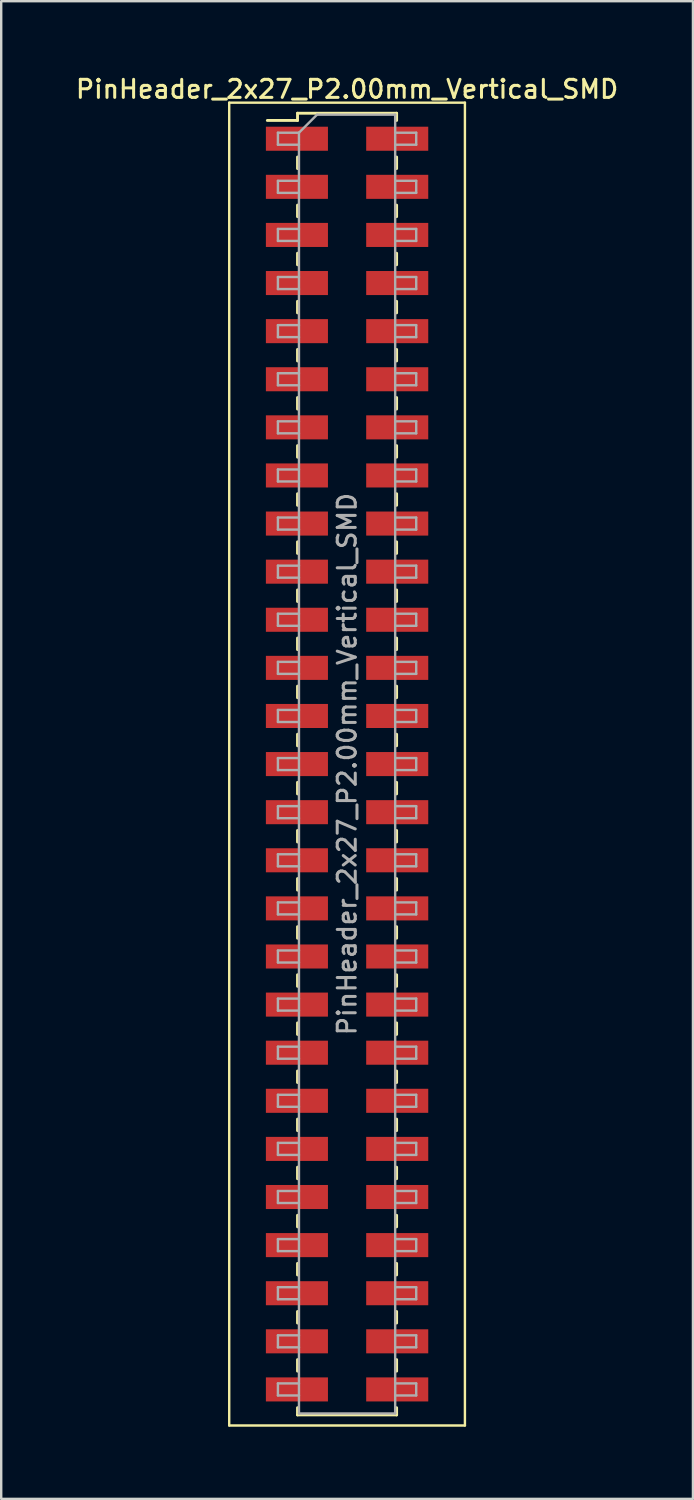
<source format=kicad_pcb>
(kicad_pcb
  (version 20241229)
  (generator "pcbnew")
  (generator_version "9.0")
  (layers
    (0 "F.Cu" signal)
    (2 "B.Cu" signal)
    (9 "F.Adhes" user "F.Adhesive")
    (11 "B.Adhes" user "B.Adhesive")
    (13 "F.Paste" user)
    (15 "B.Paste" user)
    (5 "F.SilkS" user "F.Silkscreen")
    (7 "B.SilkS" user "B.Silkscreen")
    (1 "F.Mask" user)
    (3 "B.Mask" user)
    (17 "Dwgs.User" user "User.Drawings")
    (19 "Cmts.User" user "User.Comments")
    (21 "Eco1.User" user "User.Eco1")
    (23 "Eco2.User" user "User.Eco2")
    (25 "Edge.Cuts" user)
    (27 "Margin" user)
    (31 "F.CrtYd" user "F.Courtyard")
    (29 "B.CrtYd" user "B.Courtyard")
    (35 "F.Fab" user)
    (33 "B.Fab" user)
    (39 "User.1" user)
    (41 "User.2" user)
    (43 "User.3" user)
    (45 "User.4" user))
  (footprint "PinHeader_2x27_P2.00mm_Vertical_SMD"
    (layer "F.Cu")
    (at 11.38 28.718)
    (property "Reference" "PinHeader_2x27_P2.00mm_Vertical_SMD" (at 0 -28.06 0) (layer "F.SilkS") (effects (font (size 0.75 0.75) (thickness 0.125))))
    (attr smd)
    (fp_line (start -4.9 -27.5) (end -4.9 27.5) (stroke (width 0.1) (type solid)) (layer "F.SilkS"))
    (fp_line (start -4.9 27.5) (end 4.9 27.5) (stroke (width 0.1) (type solid)) (layer "F.SilkS"))
    (fp_line (start -3.315 -26.76) (end -2.06 -26.76) (stroke (width 0.12) (type solid)) (layer "F.SilkS"))
    (fp_line (start -2.06 -27.06) (end -2.06 -26.76) (stroke (width 0.12) (type solid)) (layer "F.SilkS"))
    (fp_line (start -2.06 -27.06) (end 2.06 -27.06) (stroke (width 0.12) (type solid)) (layer "F.SilkS"))
    (fp_line (start -2.06 -25.24) (end -2.06 -24.76) (stroke (width 0.12) (type solid)) (layer "F.SilkS"))
    (fp_line (start -2.06 -23.24) (end -2.06 -22.76) (stroke (width 0.12) (type solid)) (layer "F.SilkS"))
    (fp_line (start -2.06 -21.24) (end -2.06 -20.76) (stroke (width 0.12) (type solid)) (layer "F.SilkS"))
    (fp_line (start -2.06 -19.24) (end -2.06 -18.76) (stroke (width 0.12) (type solid)) (layer "F.SilkS"))
    (fp_line (start -2.06 -17.24) (end -2.06 -16.76) (stroke (width 0.12) (type solid)) (layer "F.SilkS"))
    (fp_line (start -2.06 -15.24) (end -2.06 -14.76) (stroke (width 0.12) (type solid)) (layer "F.SilkS"))
    (fp_line (start -2.06 -13.24) (end -2.06 -12.76) (stroke (width 0.12) (type solid)) (layer "F.SilkS"))
    (fp_line (start -2.06 -11.24) (end -2.06 -10.76) (stroke (width 0.12) (type solid)) (layer "F.SilkS"))
    (fp_line (start -2.06 -9.24) (end -2.06 -8.76) (stroke (width 0.12) (type solid)) (layer "F.SilkS"))
    (fp_line (start -2.06 -7.24) (end -2.06 -6.76) (stroke (width 0.12) (type solid)) (layer "F.SilkS"))
    (fp_line (start -2.06 -5.24) (end -2.06 -4.76) (stroke (width 0.12) (type solid)) (layer "F.SilkS"))
    (fp_line (start -2.06 -3.24) (end -2.06 -2.76) (stroke (width 0.12) (type solid)) (layer "F.SilkS"))
    (fp_line (start -2.06 -1.24) (end -2.06 -0.76) (stroke (width 0.12) (type solid)) (layer "F.SilkS"))
    (fp_line (start -2.06 0.76) (end -2.06 1.24) (stroke (width 0.12) (type solid)) (layer "F.SilkS"))
    (fp_line (start -2.06 2.76) (end -2.06 3.24) (stroke (width 0.12) (type solid)) (layer "F.SilkS"))
    (fp_line (start -2.06 4.76) (end -2.06 5.24) (stroke (width 0.12) (type solid)) (layer "F.SilkS"))
    (fp_line (start -2.06 6.76) (end -2.06 7.24) (stroke (width 0.12) (type solid)) (layer "F.SilkS"))
    (fp_line (start -2.06 8.76) (end -2.06 9.24) (stroke (width 0.12) (type solid)) (layer "F.SilkS"))
    (fp_line (start -2.06 10.76) (end -2.06 11.24) (stroke (width 0.12) (type solid)) (layer "F.SilkS"))
    (fp_line (start -2.06 12.76) (end -2.06 13.24) (stroke (width 0.12) (type solid)) (layer "F.SilkS"))
    (fp_line (start -2.06 14.76) (end -2.06 15.24) (stroke (width 0.12) (type solid)) (layer "F.SilkS"))
    (fp_line (start -2.06 16.76) (end -2.06 17.24) (stroke (width 0.12) (type solid)) (layer "F.SilkS"))
    (fp_line (start -2.06 18.76) (end -2.06 19.24) (stroke (width 0.12) (type solid)) (layer "F.SilkS"))
    (fp_line (start -2.06 20.76) (end -2.06 21.24) (stroke (width 0.12) (type solid)) (layer "F.SilkS"))
    (fp_line (start -2.06 22.76) (end -2.06 23.24) (stroke (width 0.12) (type solid)) (layer "F.SilkS"))
    (fp_line (start -2.06 24.76) (end -2.06 25.24) (stroke (width 0.12) (type solid)) (layer "F.SilkS"))
    (fp_line (start -2.06 26.76) (end -2.06 27.06) (stroke (width 0.12) (type solid)) (layer "F.SilkS"))
    (fp_line (start -2.06 27.06) (end 2.06 27.06) (stroke (width 0.12) (type solid)) (layer "F.SilkS"))
    (fp_line (start 2.06 -27.06) (end 2.06 -26.76) (stroke (width 0.12) (type solid)) (layer "F.SilkS"))
    (fp_line (start 2.06 -25.24) (end 2.06 -24.76) (stroke (width 0.12) (type solid)) (layer "F.SilkS"))
    (fp_line (start 2.06 -23.24) (end 2.06 -22.76) (stroke (width 0.12) (type solid)) (layer "F.SilkS"))
    (fp_line (start 2.06 -21.24) (end 2.06 -20.76) (stroke (width 0.12) (type solid)) (layer "F.SilkS"))
    (fp_line (start 2.06 -19.24) (end 2.06 -18.76) (stroke (width 0.12) (type solid)) (layer "F.SilkS"))
    (fp_line (start 2.06 -17.24) (end 2.06 -16.76) (stroke (width 0.12) (type solid)) (layer "F.SilkS"))
    (fp_line (start 2.06 -15.24) (end 2.06 -14.76) (stroke (width 0.12) (type solid)) (layer "F.SilkS"))
    (fp_line (start 2.06 -13.24) (end 2.06 -12.76) (stroke (width 0.12) (type solid)) (layer "F.SilkS"))
    (fp_line (start 2.06 -11.24) (end 2.06 -10.76) (stroke (width 0.12) (type solid)) (layer "F.SilkS"))
    (fp_line (start 2.06 -9.24) (end 2.06 -8.76) (stroke (width 0.12) (type solid)) (layer "F.SilkS"))
    (fp_line (start 2.06 -7.24) (end 2.06 -6.76) (stroke (width 0.12) (type solid)) (layer "F.SilkS"))
    (fp_line (start 2.06 -5.24) (end 2.06 -4.76) (stroke (width 0.12) (type solid)) (layer "F.SilkS"))
    (fp_line (start 2.06 -3.24) (end 2.06 -2.76) (stroke (width 0.12) (type solid)) (layer "F.SilkS"))
    (fp_line (start 2.06 -1.24) (end 2.06 -0.76) (stroke (width 0.12) (type solid)) (layer "F.SilkS"))
    (fp_line (start 2.06 0.76) (end 2.06 1.24) (stroke (width 0.12) (type solid)) (layer "F.SilkS"))
    (fp_line (start 2.06 2.76) (end 2.06 3.24) (stroke (width 0.12) (type solid)) (layer "F.SilkS"))
    (fp_line (start 2.06 4.76) (end 2.06 5.24) (stroke (width 0.12) (type solid)) (layer "F.SilkS"))
    (fp_line (start 2.06 6.76) (end 2.06 7.24) (stroke (width 0.12) (type solid)) (layer "F.SilkS"))
    (fp_line (start 2.06 8.76) (end 2.06 9.24) (stroke (width 0.12) (type solid)) (layer "F.SilkS"))
    (fp_line (start 2.06 10.76) (end 2.06 11.24) (stroke (width 0.12) (type solid)) (layer "F.SilkS"))
    (fp_line (start 2.06 12.76) (end 2.06 13.24) (stroke (width 0.12) (type solid)) (layer "F.SilkS"))
    (fp_line (start 2.06 14.76) (end 2.06 15.24) (stroke (width 0.12) (type solid)) (layer "F.SilkS"))
    (fp_line (start 2.06 16.76) (end 2.06 17.24) (stroke (width 0.12) (type solid)) (layer "F.SilkS"))
    (fp_line (start 2.06 18.76) (end 2.06 19.24) (stroke (width 0.12) (type solid)) (layer "F.SilkS"))
    (fp_line (start 2.06 20.76) (end 2.06 21.24) (stroke (width 0.12) (type solid)) (layer "F.SilkS"))
    (fp_line (start 2.06 22.76) (end 2.06 23.24) (stroke (width 0.12) (type solid)) (layer "F.SilkS"))
    (fp_line (start 2.06 24.76) (end 2.06 25.24) (stroke (width 0.12) (type solid)) (layer "F.SilkS"))
    (fp_line (start 2.06 26.76) (end 2.06 27.06) (stroke (width 0.12) (type solid)) (layer "F.SilkS"))
    (fp_line (start 4.9 -27.5) (end -4.9 -27.5) (stroke (width 0.1) (type solid)) (layer "F.SilkS"))
    (fp_line (start 4.9 27.5) (end 4.9 -27.5) (stroke (width 0.1) (type solid)) (layer "F.SilkS"))
    (fp_line (start -2.875 -26.25) (end -2.875 -25.75) (stroke (width 0.1) (type solid)) (layer "F.Fab"))
    (fp_line (start -2.875 -25.75) (end -2 -25.75) (stroke (width 0.1) (type solid)) (layer "F.Fab"))
    (fp_line (start -2.875 -24.25) (end -2.875 -23.75) (stroke (width 0.1) (type solid)) (layer "F.Fab"))
    (fp_line (start -2.875 -23.75) (end -2 -23.75) (stroke (width 0.1) (type solid)) (layer "F.Fab"))
    (fp_line (start -2.875 -22.25) (end -2.875 -21.75) (stroke (width 0.1) (type solid)) (layer "F.Fab"))
    (fp_line (start -2.875 -21.75) (end -2 -21.75) (stroke (width 0.1) (type solid)) (layer "F.Fab"))
    (fp_line (start -2.875 -20.25) (end -2.875 -19.75) (stroke (width 0.1) (type solid)) (layer "F.Fab"))
    (fp_line (start -2.875 -19.75) (end -2 -19.75) (stroke (width 0.1) (type solid)) (layer "F.Fab"))
    (fp_line (start -2.875 -18.25) (end -2.875 -17.75) (stroke (width 0.1) (type solid)) (layer "F.Fab"))
    (fp_line (start -2.875 -17.75) (end -2 -17.75) (stroke (width 0.1) (type solid)) (layer "F.Fab"))
    (fp_line (start -2.875 -16.25) (end -2.875 -15.75) (stroke (width 0.1) (type solid)) (layer "F.Fab"))
    (fp_line (start -2.875 -15.75) (end -2 -15.75) (stroke (width 0.1) (type solid)) (layer "F.Fab"))
    (fp_line (start -2.875 -14.25) (end -2.875 -13.75) (stroke (width 0.1) (type solid)) (layer "F.Fab"))
    (fp_line (start -2.875 -13.75) (end -2 -13.75) (stroke (width 0.1) (type solid)) (layer "F.Fab"))
    (fp_line (start -2.875 -12.25) (end -2.875 -11.75) (stroke (width 0.1) (type solid)) (layer "F.Fab"))
    (fp_line (start -2.875 -11.75) (end -2 -11.75) (stroke (width 0.1) (type solid)) (layer "F.Fab"))
    (fp_line (start -2.875 -10.25) (end -2.875 -9.75) (stroke (width 0.1) (type solid)) (layer "F.Fab"))
    (fp_line (start -2.875 -9.75) (end -2 -9.75) (stroke (width 0.1) (type solid)) (layer "F.Fab"))
    (fp_line (start -2.875 -8.25) (end -2.875 -7.75) (stroke (width 0.1) (type solid)) (layer "F.Fab"))
    (fp_line (start -2.875 -7.75) (end -2 -7.75) (stroke (width 0.1) (type solid)) (layer "F.Fab"))
    (fp_line (start -2.875 -6.25) (end -2.875 -5.75) (stroke (width 0.1) (type solid)) (layer "F.Fab"))
    (fp_line (start -2.875 -5.75) (end -2 -5.75) (stroke (width 0.1) (type solid)) (layer "F.Fab"))
    (fp_line (start -2.875 -4.25) (end -2.875 -3.75) (stroke (width 0.1) (type solid)) (layer "F.Fab"))
    (fp_line (start -2.875 -3.75) (end -2 -3.75) (stroke (width 0.1) (type solid)) (layer "F.Fab"))
    (fp_line (start -2.875 -2.25) (end -2.875 -1.75) (stroke (width 0.1) (type solid)) (layer "F.Fab"))
    (fp_line (start -2.875 -1.75) (end -2 -1.75) (stroke (width 0.1) (type solid)) (layer "F.Fab"))
    (fp_line (start -2.875 -0.25) (end -2.875 0.25) (stroke (width 0.1) (type solid)) (layer "F.Fab"))
    (fp_line (start -2.875 0.25) (end -2 0.25) (stroke (width 0.1) (type solid)) (layer "F.Fab"))
    (fp_line (start -2.875 1.75) (end -2.875 2.25) (stroke (width 0.1) (type solid)) (layer "F.Fab"))
    (fp_line (start -2.875 2.25) (end -2 2.25) (stroke (width 0.1) (type solid)) (layer "F.Fab"))
    (fp_line (start -2.875 3.75) (end -2.875 4.25) (stroke (width 0.1) (type solid)) (layer "F.Fab"))
    (fp_line (start -2.875 4.25) (end -2 4.25) (stroke (width 0.1) (type solid)) (layer "F.Fab"))
    (fp_line (start -2.875 5.75) (end -2.875 6.25) (stroke (width 0.1) (type solid)) (layer "F.Fab"))
    (fp_line (start -2.875 6.25) (end -2 6.25) (stroke (width 0.1) (type solid)) (layer "F.Fab"))
    (fp_line (start -2.875 7.75) (end -2.875 8.25) (stroke (width 0.1) (type solid)) (layer "F.Fab"))
    (fp_line (start -2.875 8.25) (end -2 8.25) (stroke (width 0.1) (type solid)) (layer "F.Fab"))
    (fp_line (start -2.875 9.75) (end -2.875 10.25) (stroke (width 0.1) (type solid)) (layer "F.Fab"))
    (fp_line (start -2.875 10.25) (end -2 10.25) (stroke (width 0.1) (type solid)) (layer "F.Fab"))
    (fp_line (start -2.875 11.75) (end -2.875 12.25) (stroke (width 0.1) (type solid)) (layer "F.Fab"))
    (fp_line (start -2.875 12.25) (end -2 12.25) (stroke (width 0.1) (type solid)) (layer "F.Fab"))
    (fp_line (start -2.875 13.75) (end -2.875 14.25) (stroke (width 0.1) (type solid)) (layer "F.Fab"))
    (fp_line (start -2.875 14.25) (end -2 14.25) (stroke (width 0.1) (type solid)) (layer "F.Fab"))
    (fp_line (start -2.875 15.75) (end -2.875 16.25) (stroke (width 0.1) (type solid)) (layer "F.Fab"))
    (fp_line (start -2.875 16.25) (end -2 16.25) (stroke (width 0.1) (type solid)) (layer "F.Fab"))
    (fp_line (start -2.875 17.75) (end -2.875 18.25) (stroke (width 0.1) (type solid)) (layer "F.Fab"))
    (fp_line (start -2.875 18.25) (end -2 18.25) (stroke (width 0.1) (type solid)) (layer "F.Fab"))
    (fp_line (start -2.875 19.75) (end -2.875 20.25) (stroke (width 0.1) (type solid)) (layer "F.Fab"))
    (fp_line (start -2.875 20.25) (end -2 20.25) (stroke (width 0.1) (type solid)) (layer "F.Fab"))
    (fp_line (start -2.875 21.75) (end -2.875 22.25) (stroke (width 0.1) (type solid)) (layer "F.Fab"))
    (fp_line (start -2.875 22.25) (end -2 22.25) (stroke (width 0.1) (type solid)) (layer "F.Fab"))
    (fp_line (start -2.875 23.75) (end -2.875 24.25) (stroke (width 0.1) (type solid)) (layer "F.Fab"))
    (fp_line (start -2.875 24.25) (end -2 24.25) (stroke (width 0.1) (type solid)) (layer "F.Fab"))
    (fp_line (start -2.875 25.75) (end -2.875 26.25) (stroke (width 0.1) (type solid)) (layer "F.Fab"))
    (fp_line (start -2.875 26.25) (end -2 26.25) (stroke (width 0.1) (type solid)) (layer "F.Fab"))
    (fp_line (start -2 -26.25) (end -2.875 -26.25) (stroke (width 0.1) (type solid)) (layer "F.Fab"))
    (fp_line (start -2 -26.25) (end -1.25 -27) (stroke (width 0.1) (type solid)) (layer "F.Fab"))
    (fp_line (start -2 -24.25) (end -2.875 -24.25) (stroke (width 0.1) (type solid)) (layer "F.Fab"))
    (fp_line (start -2 -22.25) (end -2.875 -22.25) (stroke (width 0.1) (type solid)) (layer "F.Fab"))
    (fp_line (start -2 -20.25) (end -2.875 -20.25) (stroke (width 0.1) (type solid)) (layer "F.Fab"))
    (fp_line (start -2 -18.25) (end -2.875 -18.25) (stroke (width 0.1) (type solid)) (layer "F.Fab"))
    (fp_line (start -2 -16.25) (end -2.875 -16.25) (stroke (width 0.1) (type solid)) (layer "F.Fab"))
    (fp_line (start -2 -14.25) (end -2.875 -14.25) (stroke (width 0.1) (type solid)) (layer "F.Fab"))
    (fp_line (start -2 -12.25) (end -2.875 -12.25) (stroke (width 0.1) (type solid)) (layer "F.Fab"))
    (fp_line (start -2 -10.25) (end -2.875 -10.25) (stroke (width 0.1) (type solid)) (layer "F.Fab"))
    (fp_line (start -2 -8.25) (end -2.875 -8.25) (stroke (width 0.1) (type solid)) (layer "F.Fab"))
    (fp_line (start -2 -6.25) (end -2.875 -6.25) (stroke (width 0.1) (type solid)) (layer "F.Fab"))
    (fp_line (start -2 -4.25) (end -2.875 -4.25) (stroke (width 0.1) (type solid)) (layer "F.Fab"))
    (fp_line (start -2 -2.25) (end -2.875 -2.25) (stroke (width 0.1) (type solid)) (layer "F.Fab"))
    (fp_line (start -2 -0.25) (end -2.875 -0.25) (stroke (width 0.1) (type solid)) (layer "F.Fab"))
    (fp_line (start -2 1.75) (end -2.875 1.75) (stroke (width 0.1) (type solid)) (layer "F.Fab"))
    (fp_line (start -2 3.75) (end -2.875 3.75) (stroke (width 0.1) (type solid)) (layer "F.Fab"))
    (fp_line (start -2 5.75) (end -2.875 5.75) (stroke (width 0.1) (type solid)) (layer "F.Fab"))
    (fp_line (start -2 7.75) (end -2.875 7.75) (stroke (width 0.1) (type solid)) (layer "F.Fab"))
    (fp_line (start -2 9.75) (end -2.875 9.75) (stroke (width 0.1) (type solid)) (layer "F.Fab"))
    (fp_line (start -2 11.75) (end -2.875 11.75) (stroke (width 0.1) (type solid)) (layer "F.Fab"))
    (fp_line (start -2 13.75) (end -2.875 13.75) (stroke (width 0.1) (type solid)) (layer "F.Fab"))
    (fp_line (start -2 15.75) (end -2.875 15.75) (stroke (width 0.1) (type solid)) (layer "F.Fab"))
    (fp_line (start -2 17.75) (end -2.875 17.75) (stroke (width 0.1) (type solid)) (layer "F.Fab"))
    (fp_line (start -2 19.75) (end -2.875 19.75) (stroke (width 0.1) (type solid)) (layer "F.Fab"))
    (fp_line (start -2 21.75) (end -2.875 21.75) (stroke (width 0.1) (type solid)) (layer "F.Fab"))
    (fp_line (start -2 23.75) (end -2.875 23.75) (stroke (width 0.1) (type solid)) (layer "F.Fab"))
    (fp_line (start -2 25.75) (end -2.875 25.75) (stroke (width 0.1) (type solid)) (layer "F.Fab"))
    (fp_line (start -2 27) (end -2 -26.25) (stroke (width 0.1) (type solid)) (layer "F.Fab"))
    (fp_line (start -1.25 -27) (end 2 -27) (stroke (width 0.1) (type solid)) (layer "F.Fab"))
    (fp_line (start 2 -27) (end 2 27) (stroke (width 0.1) (type solid)) (layer "F.Fab"))
    (fp_line (start 2 -26.25) (end 2.875 -26.25) (stroke (width 0.1) (type solid)) (layer "F.Fab"))
    (fp_line (start 2 -24.25) (end 2.875 -24.25) (stroke (width 0.1) (type solid)) (layer "F.Fab"))
    (fp_line (start 2 -22.25) (end 2.875 -22.25) (stroke (width 0.1) (type solid)) (layer "F.Fab"))
    (fp_line (start 2 -20.25) (end 2.875 -20.25) (stroke (width 0.1) (type solid)) (layer "F.Fab"))
    (fp_line (start 2 -18.25) (end 2.875 -18.25) (stroke (width 0.1) (type solid)) (layer "F.Fab"))
    (fp_line (start 2 -16.25) (end 2.875 -16.25) (stroke (width 0.1) (type solid)) (layer "F.Fab"))
    (fp_line (start 2 -14.25) (end 2.875 -14.25) (stroke (width 0.1) (type solid)) (layer "F.Fab"))
    (fp_line (start 2 -12.25) (end 2.875 -12.25) (stroke (width 0.1) (type solid)) (layer "F.Fab"))
    (fp_line (start 2 -10.25) (end 2.875 -10.25) (stroke (width 0.1) (type solid)) (layer "F.Fab"))
    (fp_line (start 2 -8.25) (end 2.875 -8.25) (stroke (width 0.1) (type solid)) (layer "F.Fab"))
    (fp_line (start 2 -6.25) (end 2.875 -6.25) (stroke (width 0.1) (type solid)) (layer "F.Fab"))
    (fp_line (start 2 -4.25) (end 2.875 -4.25) (stroke (width 0.1) (type solid)) (layer "F.Fab"))
    (fp_line (start 2 -2.25) (end 2.875 -2.25) (stroke (width 0.1) (type solid)) (layer "F.Fab"))
    (fp_line (start 2 -0.25) (end 2.875 -0.25) (stroke (width 0.1) (type solid)) (layer "F.Fab"))
    (fp_line (start 2 1.75) (end 2.875 1.75) (stroke (width 0.1) (type solid)) (layer "F.Fab"))
    (fp_line (start 2 3.75) (end 2.875 3.75) (stroke (width 0.1) (type solid)) (layer "F.Fab"))
    (fp_line (start 2 5.75) (end 2.875 5.75) (stroke (width 0.1) (type solid)) (layer "F.Fab"))
    (fp_line (start 2 7.75) (end 2.875 7.75) (stroke (width 0.1) (type solid)) (layer "F.Fab"))
    (fp_line (start 2 9.75) (end 2.875 9.75) (stroke (width 0.1) (type solid)) (layer "F.Fab"))
    (fp_line (start 2 11.75) (end 2.875 11.75) (stroke (width 0.1) (type solid)) (layer "F.Fab"))
    (fp_line (start 2 13.75) (end 2.875 13.75) (stroke (width 0.1) (type solid)) (layer "F.Fab"))
    (fp_line (start 2 15.75) (end 2.875 15.75) (stroke (width 0.1) (type solid)) (layer "F.Fab"))
    (fp_line (start 2 17.75) (end 2.875 17.75) (stroke (width 0.1) (type solid)) (layer "F.Fab"))
    (fp_line (start 2 19.75) (end 2.875 19.75) (stroke (width 0.1) (type solid)) (layer "F.Fab"))
    (fp_line (start 2 21.75) (end 2.875 21.75) (stroke (width 0.1) (type solid)) (layer "F.Fab"))
    (fp_line (start 2 23.75) (end 2.875 23.75) (stroke (width 0.1) (type solid)) (layer "F.Fab"))
    (fp_line (start 2 25.75) (end 2.875 25.75) (stroke (width 0.1) (type solid)) (layer "F.Fab"))
    (fp_line (start 2 27) (end -2 27) (stroke (width 0.1) (type solid)) (layer "F.Fab"))
    (fp_line (start 2.875 -26.25) (end 2.875 -25.75) (stroke (width 0.1) (type solid)) (layer "F.Fab"))
    (fp_line (start 2.875 -25.75) (end 2 -25.75) (stroke (width 0.1) (type solid)) (layer "F.Fab"))
    (fp_line (start 2.875 -24.25) (end 2.875 -23.75) (stroke (width 0.1) (type solid)) (layer "F.Fab"))
    (fp_line (start 2.875 -23.75) (end 2 -23.75) (stroke (width 0.1) (type solid)) (layer "F.Fab"))
    (fp_line (start 2.875 -22.25) (end 2.875 -21.75) (stroke (width 0.1) (type solid)) (layer "F.Fab"))
    (fp_line (start 2.875 -21.75) (end 2 -21.75) (stroke (width 0.1) (type solid)) (layer "F.Fab"))
    (fp_line (start 2.875 -20.25) (end 2.875 -19.75) (stroke (width 0.1) (type solid)) (layer "F.Fab"))
    (fp_line (start 2.875 -19.75) (end 2 -19.75) (stroke (width 0.1) (type solid)) (layer "F.Fab"))
    (fp_line (start 2.875 -18.25) (end 2.875 -17.75) (stroke (width 0.1) (type solid)) (layer "F.Fab"))
    (fp_line (start 2.875 -17.75) (end 2 -17.75) (stroke (width 0.1) (type solid)) (layer "F.Fab"))
    (fp_line (start 2.875 -16.25) (end 2.875 -15.75) (stroke (width 0.1) (type solid)) (layer "F.Fab"))
    (fp_line (start 2.875 -15.75) (end 2 -15.75) (stroke (width 0.1) (type solid)) (layer "F.Fab"))
    (fp_line (start 2.875 -14.25) (end 2.875 -13.75) (stroke (width 0.1) (type solid)) (layer "F.Fab"))
    (fp_line (start 2.875 -13.75) (end 2 -13.75) (stroke (width 0.1) (type solid)) (layer "F.Fab"))
    (fp_line (start 2.875 -12.25) (end 2.875 -11.75) (stroke (width 0.1) (type solid)) (layer "F.Fab"))
    (fp_line (start 2.875 -11.75) (end 2 -11.75) (stroke (width 0.1) (type solid)) (layer "F.Fab"))
    (fp_line (start 2.875 -10.25) (end 2.875 -9.75) (stroke (width 0.1) (type solid)) (layer "F.Fab"))
    (fp_line (start 2.875 -9.75) (end 2 -9.75) (stroke (width 0.1) (type solid)) (layer "F.Fab"))
    (fp_line (start 2.875 -8.25) (end 2.875 -7.75) (stroke (width 0.1) (type solid)) (layer "F.Fab"))
    (fp_line (start 2.875 -7.75) (end 2 -7.75) (stroke (width 0.1) (type solid)) (layer "F.Fab"))
    (fp_line (start 2.875 -6.25) (end 2.875 -5.75) (stroke (width 0.1) (type solid)) (layer "F.Fab"))
    (fp_line (start 2.875 -5.75) (end 2 -5.75) (stroke (width 0.1) (type solid)) (layer "F.Fab"))
    (fp_line (start 2.875 -4.25) (end 2.875 -3.75) (stroke (width 0.1) (type solid)) (layer "F.Fab"))
    (fp_line (start 2.875 -3.75) (end 2 -3.75) (stroke (width 0.1) (type solid)) (layer "F.Fab"))
    (fp_line (start 2.875 -2.25) (end 2.875 -1.75) (stroke (width 0.1) (type solid)) (layer "F.Fab"))
    (fp_line (start 2.875 -1.75) (end 2 -1.75) (stroke (width 0.1) (type solid)) (layer "F.Fab"))
    (fp_line (start 2.875 -0.25) (end 2.875 0.25) (stroke (width 0.1) (type solid)) (layer "F.Fab"))
    (fp_line (start 2.875 0.25) (end 2 0.25) (stroke (width 0.1) (type solid)) (layer "F.Fab"))
    (fp_line (start 2.875 1.75) (end 2.875 2.25) (stroke (width 0.1) (type solid)) (layer "F.Fab"))
    (fp_line (start 2.875 2.25) (end 2 2.25) (stroke (width 0.1) (type solid)) (layer "F.Fab"))
    (fp_line (start 2.875 3.75) (end 2.875 4.25) (stroke (width 0.1) (type solid)) (layer "F.Fab"))
    (fp_line (start 2.875 4.25) (end 2 4.25) (stroke (width 0.1) (type solid)) (layer "F.Fab"))
    (fp_line (start 2.875 5.75) (end 2.875 6.25) (stroke (width 0.1) (type solid)) (layer "F.Fab"))
    (fp_line (start 2.875 6.25) (end 2 6.25) (stroke (width 0.1) (type solid)) (layer "F.Fab"))
    (fp_line (start 2.875 7.75) (end 2.875 8.25) (stroke (width 0.1) (type solid)) (layer "F.Fab"))
    (fp_line (start 2.875 8.25) (end 2 8.25) (stroke (width 0.1) (type solid)) (layer "F.Fab"))
    (fp_line (start 2.875 9.75) (end 2.875 10.25) (stroke (width 0.1) (type solid)) (layer "F.Fab"))
    (fp_line (start 2.875 10.25) (end 2 10.25) (stroke (width 0.1) (type solid)) (layer "F.Fab"))
    (fp_line (start 2.875 11.75) (end 2.875 12.25) (stroke (width 0.1) (type solid)) (layer "F.Fab"))
    (fp_line (start 2.875 12.25) (end 2 12.25) (stroke (width 0.1) (type solid)) (layer "F.Fab"))
    (fp_line (start 2.875 13.75) (end 2.875 14.25) (stroke (width 0.1) (type solid)) (layer "F.Fab"))
    (fp_line (start 2.875 14.25) (end 2 14.25) (stroke (width 0.1) (type solid)) (layer "F.Fab"))
    (fp_line (start 2.875 15.75) (end 2.875 16.25) (stroke (width 0.1) (type solid)) (layer "F.Fab"))
    (fp_line (start 2.875 16.25) (end 2 16.25) (stroke (width 0.1) (type solid)) (layer "F.Fab"))
    (fp_line (start 2.875 17.75) (end 2.875 18.25) (stroke (width 0.1) (type solid)) (layer "F.Fab"))
    (fp_line (start 2.875 18.25) (end 2 18.25) (stroke (width 0.1) (type solid)) (layer "F.Fab"))
    (fp_line (start 2.875 19.75) (end 2.875 20.25) (stroke (width 0.1) (type solid)) (layer "F.Fab"))
    (fp_line (start 2.875 20.25) (end 2 20.25) (stroke (width 0.1) (type solid)) (layer "F.Fab"))
    (fp_line (start 2.875 21.75) (end 2.875 22.25) (stroke (width 0.1) (type solid)) (layer "F.Fab"))
    (fp_line (start 2.875 22.25) (end 2 22.25) (stroke (width 0.1) (type solid)) (layer "F.Fab"))
    (fp_line (start 2.875 23.75) (end 2.875 24.25) (stroke (width 0.1) (type solid)) (layer "F.Fab"))
    (fp_line (start 2.875 24.25) (end 2 24.25) (stroke (width 0.1) (type solid)) (layer "F.Fab"))
    (fp_line (start 2.875 25.75) (end 2.875 26.25) (stroke (width 0.1) (type solid)) (layer "F.Fab"))
    (fp_line (start 2.875 26.25) (end 2 26.25) (stroke (width 0.1) (type solid)) (layer "F.Fab"))
    (fp_text user "${REFERENCE}" (at 0 0 90) (layer "F.Fab") (effects (font (size 0.75 0.75) (thickness 0.125))))
    (pad "1" smd rect (at -2.085 -26) (size 2.58 1) (layers "F.Cu" "F.Mask" "F.Paste"))
    (pad "2" smd rect (at 2.085 -26) (size 2.58 1) (layers "F.Cu" "F.Mask" "F.Paste"))
    (pad "3" smd rect (at -2.085 -24) (size 2.58 1) (layers "F.Cu" "F.Mask" "F.Paste"))
    (pad "4" smd rect (at 2.085 -24) (size 2.58 1) (layers "F.Cu" "F.Mask" "F.Paste"))
    (pad "5" smd rect (at -2.085 -22) (size 2.58 1) (layers "F.Cu" "F.Mask" "F.Paste"))
    (pad "6" smd rect (at 2.085 -22) (size 2.58 1) (layers "F.Cu" "F.Mask" "F.Paste"))
    (pad "7" smd rect (at -2.085 -20) (size 2.58 1) (layers "F.Cu" "F.Mask" "F.Paste"))
    (pad "8" smd rect (at 2.085 -20) (size 2.58 1) (layers "F.Cu" "F.Mask" "F.Paste"))
    (pad "9" smd rect (at -2.085 -18) (size 2.58 1) (layers "F.Cu" "F.Mask" "F.Paste"))
    (pad "10" smd rect (at 2.085 -18) (size 2.58 1) (layers "F.Cu" "F.Mask" "F.Paste"))
    (pad "11" smd rect (at -2.085 -16) (size 2.58 1) (layers "F.Cu" "F.Mask" "F.Paste"))
    (pad "12" smd rect (at 2.085 -16) (size 2.58 1) (layers "F.Cu" "F.Mask" "F.Paste"))
    (pad "13" smd rect (at -2.085 -14) (size 2.58 1) (layers "F.Cu" "F.Mask" "F.Paste"))
    (pad "14" smd rect (at 2.085 -14) (size 2.58 1) (layers "F.Cu" "F.Mask" "F.Paste"))
    (pad "15" smd rect (at -2.085 -12) (size 2.58 1) (layers "F.Cu" "F.Mask" "F.Paste"))
    (pad "16" smd rect (at 2.085 -12) (size 2.58 1) (layers "F.Cu" "F.Mask" "F.Paste"))
    (pad "17" smd rect (at -2.085 -10) (size 2.58 1) (layers "F.Cu" "F.Mask" "F.Paste"))
    (pad "18" smd rect (at 2.085 -10) (size 2.58 1) (layers "F.Cu" "F.Mask" "F.Paste"))
    (pad "19" smd rect (at -2.085 -8) (size 2.58 1) (layers "F.Cu" "F.Mask" "F.Paste"))
    (pad "20" smd rect (at 2.085 -8) (size 2.58 1) (layers "F.Cu" "F.Mask" "F.Paste"))
    (pad "21" smd rect (at -2.085 -6) (size 2.58 1) (layers "F.Cu" "F.Mask" "F.Paste"))
    (pad "22" smd rect (at 2.085 -6) (size 2.58 1) (layers "F.Cu" "F.Mask" "F.Paste"))
    (pad "23" smd rect (at -2.085 -4) (size 2.58 1) (layers "F.Cu" "F.Mask" "F.Paste"))
    (pad "24" smd rect (at 2.085 -4) (size 2.58 1) (layers "F.Cu" "F.Mask" "F.Paste"))
    (pad "25" smd rect (at -2.085 -2) (size 2.58 1) (layers "F.Cu" "F.Mask" "F.Paste"))
    (pad "26" smd rect (at 2.085 -2) (size 2.58 1) (layers "F.Cu" "F.Mask" "F.Paste"))
    (pad "27" smd rect (at -2.085 0) (size 2.58 1) (layers "F.Cu" "F.Mask" "F.Paste"))
    (pad "28" smd rect (at 2.085 0) (size 2.58 1) (layers "F.Cu" "F.Mask" "F.Paste"))
    (pad "29" smd rect (at -2.085 2) (size 2.58 1) (layers "F.Cu" "F.Mask" "F.Paste"))
    (pad "30" smd rect (at 2.085 2) (size 2.58 1) (layers "F.Cu" "F.Mask" "F.Paste"))
    (pad "31" smd rect (at -2.085 4) (size 2.58 1) (layers "F.Cu" "F.Mask" "F.Paste"))
    (pad "32" smd rect (at 2.085 4) (size 2.58 1) (layers "F.Cu" "F.Mask" "F.Paste"))
    (pad "33" smd rect (at -2.085 6) (size 2.58 1) (layers "F.Cu" "F.Mask" "F.Paste"))
    (pad "34" smd rect (at 2.085 6) (size 2.58 1) (layers "F.Cu" "F.Mask" "F.Paste"))
    (pad "35" smd rect (at -2.085 8) (size 2.58 1) (layers "F.Cu" "F.Mask" "F.Paste"))
    (pad "36" smd rect (at 2.085 8) (size 2.58 1) (layers "F.Cu" "F.Mask" "F.Paste"))
    (pad "37" smd rect (at -2.085 10) (size 2.58 1) (layers "F.Cu" "F.Mask" "F.Paste"))
    (pad "38" smd rect (at 2.085 10) (size 2.58 1) (layers "F.Cu" "F.Mask" "F.Paste"))
    (pad "39" smd rect (at -2.085 12) (size 2.58 1) (layers "F.Cu" "F.Mask" "F.Paste"))
    (pad "40" smd rect (at 2.085 12) (size 2.58 1) (layers "F.Cu" "F.Mask" "F.Paste"))
    (pad "41" smd rect (at -2.085 14) (size 2.58 1) (layers "F.Cu" "F.Mask" "F.Paste"))
    (pad "42" smd rect (at 2.085 14) (size 2.58 1) (layers "F.Cu" "F.Mask" "F.Paste"))
    (pad "43" smd rect (at -2.085 16) (size 2.58 1) (layers "F.Cu" "F.Mask" "F.Paste"))
    (pad "44" smd rect (at 2.085 16) (size 2.58 1) (layers "F.Cu" "F.Mask" "F.Paste"))
    (pad "45" smd rect (at -2.085 18) (size 2.58 1) (layers "F.Cu" "F.Mask" "F.Paste"))
    (pad "46" smd rect (at 2.085 18) (size 2.58 1) (layers "F.Cu" "F.Mask" "F.Paste"))
    (pad "47" smd rect (at -2.085 20) (size 2.58 1) (layers "F.Cu" "F.Mask" "F.Paste"))
    (pad "48" smd rect (at 2.085 20) (size 2.58 1) (layers "F.Cu" "F.Mask" "F.Paste"))
    (pad "49" smd rect (at -2.085 22) (size 2.58 1) (layers "F.Cu" "F.Mask" "F.Paste"))
    (pad "50" smd rect (at 2.085 22) (size 2.58 1) (layers "F.Cu" "F.Mask" "F.Paste"))
    (pad "51" smd rect (at -2.085 24) (size 2.58 1) (layers "F.Cu" "F.Mask" "F.Paste"))
    (pad "52" smd rect (at 2.085 24) (size 2.58 1) (layers "F.Cu" "F.Mask" "F.Paste"))
    (pad "53" smd rect (at -2.085 26) (size 2.58 1) (layers "F.Cu" "F.Mask" "F.Paste"))
    (pad "54" smd rect (at 2.085 26) (size 2.58 1) (layers "F.Cu" "F.Mask" "F.Paste")))
  (gr_rect
    (start -3 -3)
    (end 25.761 59.268)
    (stroke (width 0.1) (type default))
    (fill no)
    (layer "Edge.Cuts")))
</source>
